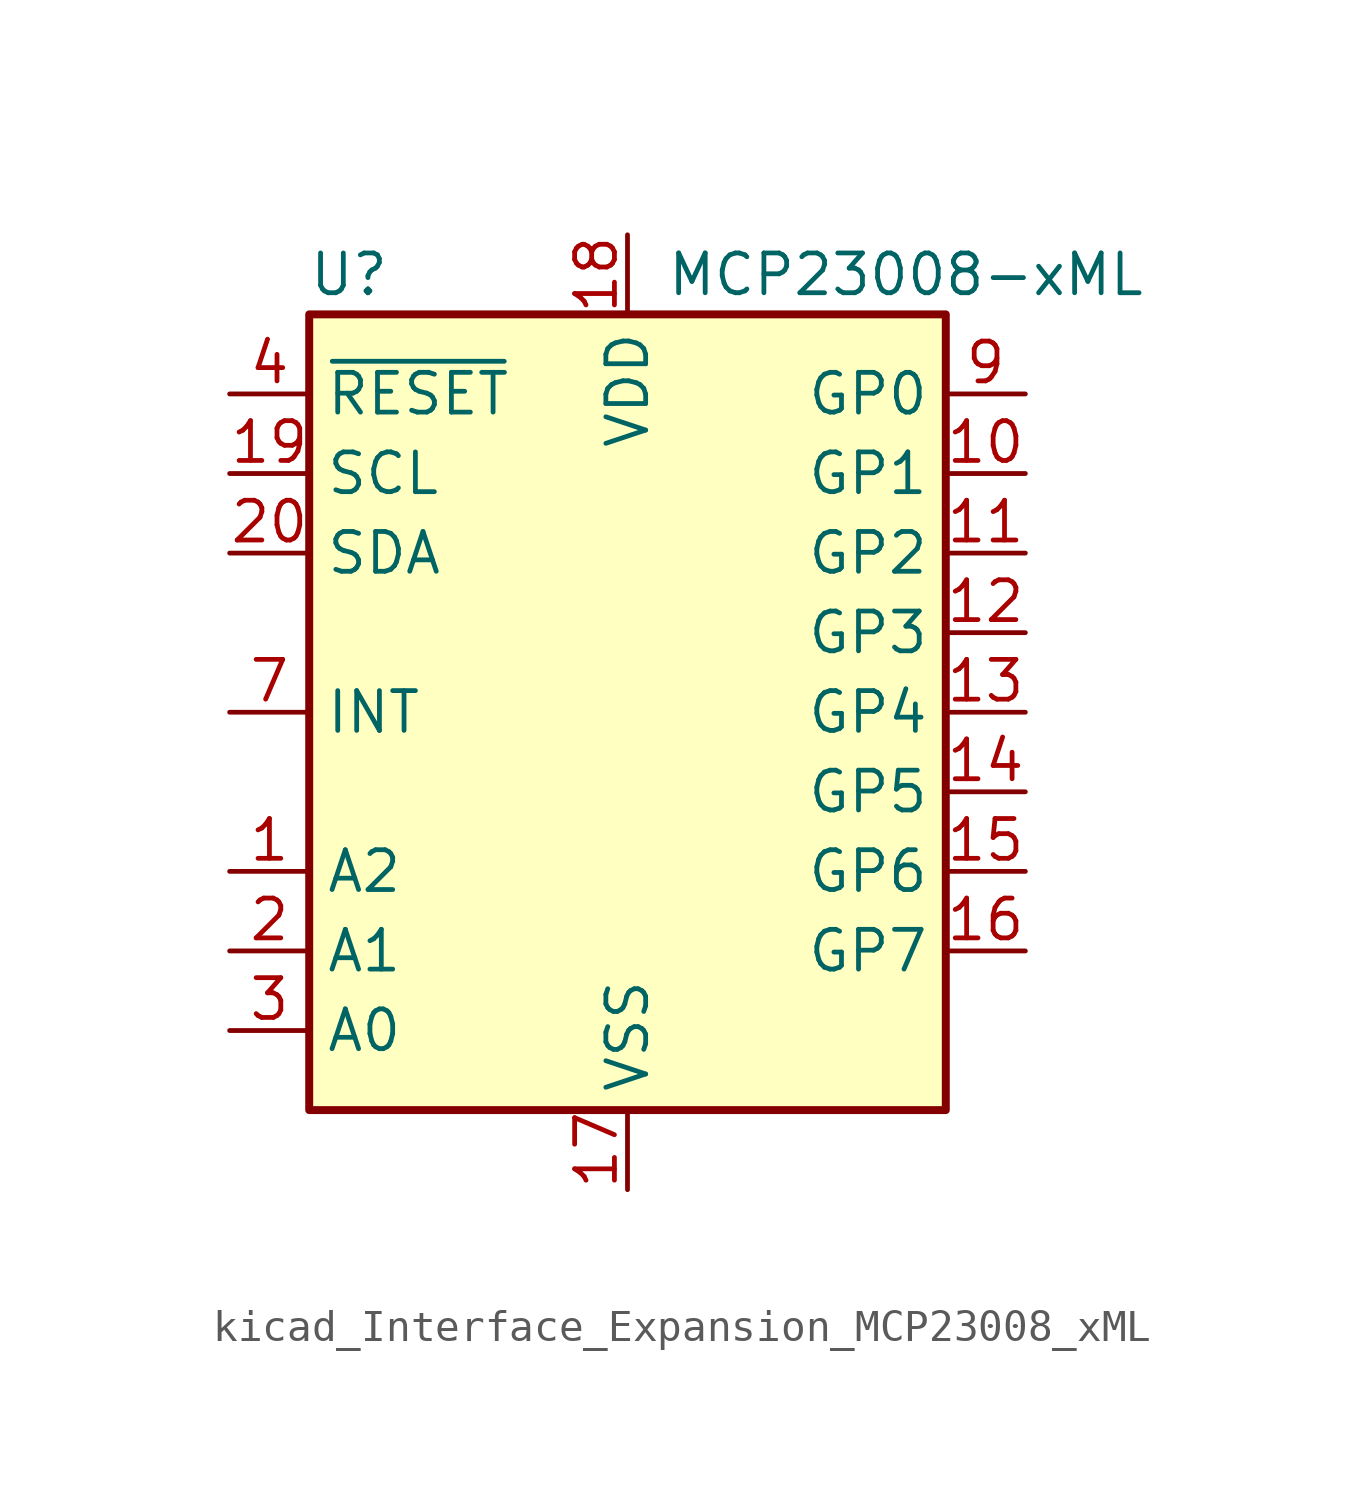
<source format=kicad_sym>
(kicad_symbol_lib
  (version 20220914)
  (generator kicad_symbol_editor)
  (symbol "kicad_Interface_Expansion_MCP23008_xML"
    (property "Reference" "U"
      (at -8.89 13.97 0)
      (effects (font (size 1.27 1.27))))
    (property "Value" "MCP23008-xML"
      (at 8.89 13.97 0)
      (effects (font (size 1.27 1.27))))
    (symbol "kicad_Interface_Expansion_MCP23008_xML_0_1"
      (rectangle (start -10.16 12.7) (end 10.16 -12.7) (stroke (width 0.254) (type default)) (fill (type background))))
    (symbol "kicad_Interface_Expansion_MCP23008_xML_1_1"
      (pin input line (at -12.7 -5.08 0) (length 2.54) (name "A2" (effects (font (size 1.27 1.27)))) (number "1" (effects (font (size 1.27 1.27)))))
      (pin bidirectional line (at 12.7 7.62 180) (length 2.54) (name "GP1" (effects (font (size 1.27 1.27)))) (number "10" (effects (font (size 1.27 1.27)))))
      (pin bidirectional line (at 12.7 5.08 180) (length 2.54) (name "GP2" (effects (font (size 1.27 1.27)))) (number "11" (effects (font (size 1.27 1.27)))))
      (pin bidirectional line (at 12.7 2.54 180) (length 2.54) (name "GP3" (effects (font (size 1.27 1.27)))) (number "12" (effects (font (size 1.27 1.27)))))
      (pin bidirectional line (at 12.7 0 180) (length 2.54) (name "GP4" (effects (font (size 1.27 1.27)))) (number "13" (effects (font (size 1.27 1.27)))))
      (pin bidirectional line (at 12.7 -2.54 180) (length 2.54) (name "GP5" (effects (font (size 1.27 1.27)))) (number "14" (effects (font (size 1.27 1.27)))))
      (pin bidirectional line (at 12.7 -5.08 180) (length 2.54) (name "GP6" (effects (font (size 1.27 1.27)))) (number "15" (effects (font (size 1.27 1.27)))))
      (pin bidirectional line (at 12.7 -7.62 180) (length 2.54) (name "GP7" (effects (font (size 1.27 1.27)))) (number "16" (effects (font (size 1.27 1.27)))))
      (pin power_in line (at 0 -15.24 90) (length 2.54) (name "VSS" (effects (font (size 1.27 1.27)))) (number "17" (effects (font (size 1.27 1.27)))))
      (pin power_in line (at 0 15.24 270) (length 2.54) (name "VDD" (effects (font (size 1.27 1.27)))) (number "18" (effects (font (size 1.27 1.27)))))
      (pin input line (at -12.7 7.62 0) (length 2.54) (name "SCL" (effects (font (size 1.27 1.27)))) (number "19" (effects (font (size 1.27 1.27)))))
      (pin input line (at -12.7 -7.62 0) (length 2.54) (name "A1" (effects (font (size 1.27 1.27)))) (number "2" (effects (font (size 1.27 1.27)))))
      (pin bidirectional line (at -12.7 5.08 0) (length 2.54) (name "SDA" (effects (font (size 1.27 1.27)))) (number "20" (effects (font (size 1.27 1.27)))))
      (pin input line (at -12.7 -10.16 0) (length 2.54) (name "A0" (effects (font (size 1.27 1.27)))) (number "3" (effects (font (size 1.27 1.27)))))
      (pin input line (at -12.7 10.16 0) (length 2.54) (name "~{RESET}" (effects (font (size 1.27 1.27)))) (number "4" (effects (font (size 1.27 1.27)))))
      (pin no_connect line (at -10.16 2.54 0) (length 2.54) hide (name "NC" (effects (font (size 1.27 1.27)))) (number "5" (effects (font (size 1.27 1.27)))))
      (pin no_connect line (at -10.16 -2.54 0) (length 2.54) hide (name "NC" (effects (font (size 1.27 1.27)))) (number "6" (effects (font (size 1.27 1.27)))))
      (pin output line (at -12.7 0 0) (length 2.54) (name "INT" (effects (font (size 1.27 1.27)))) (number "7" (effects (font (size 1.27 1.27)))) (alternate "INT" open_collector line))
      (pin no_connect line (at 10.16 -10.16 180) (length 2.54) hide (name "NC" (effects (font (size 1.27 1.27)))) (number "8" (effects (font (size 1.27 1.27)))))
      (pin bidirectional line (at 12.7 10.16 180) (length 2.54) (name "GP0" (effects (font (size 1.27 1.27)))) (number "9" (effects (font (size 1.27 1.27))))))))
</source>
